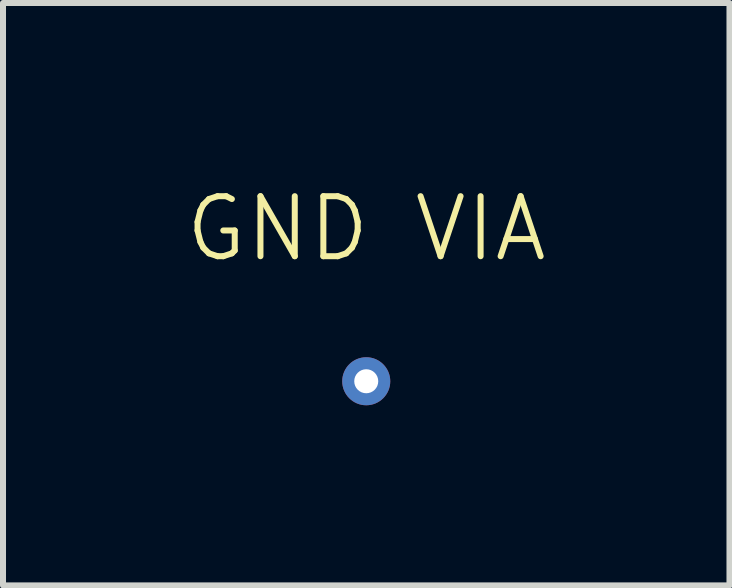
<source format=kicad_pcb>
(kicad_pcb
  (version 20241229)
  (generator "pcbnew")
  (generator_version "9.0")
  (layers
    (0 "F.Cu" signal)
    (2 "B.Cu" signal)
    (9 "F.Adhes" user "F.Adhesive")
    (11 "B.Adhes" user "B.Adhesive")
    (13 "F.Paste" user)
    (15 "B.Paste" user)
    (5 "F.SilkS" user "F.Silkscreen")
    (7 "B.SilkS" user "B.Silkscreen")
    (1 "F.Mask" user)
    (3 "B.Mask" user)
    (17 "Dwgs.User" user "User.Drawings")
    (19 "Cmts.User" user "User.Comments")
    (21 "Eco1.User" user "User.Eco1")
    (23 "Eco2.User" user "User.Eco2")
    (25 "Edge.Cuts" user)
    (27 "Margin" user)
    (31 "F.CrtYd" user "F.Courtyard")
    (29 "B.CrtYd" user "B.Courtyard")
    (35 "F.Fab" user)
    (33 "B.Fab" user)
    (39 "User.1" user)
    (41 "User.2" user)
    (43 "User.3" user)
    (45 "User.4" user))
  (footprint "GND VIA"
    (layer "F.Cu")
    (at 3.05 3.3)
    (property "Reference" "GND VIA" (at 0 -2.54 0) (unlocked yes) (layer "F.SilkS") (effects (font (size 1 1) (thickness 0.1))))
    (attr through_hole)
    (pad "1" thru_hole circle (at 0 0) (size 0.8 0.8) (drill 0.4) (layers "*.Cu")))
  (gr_rect
    (start -3 -3)
    (end 9.1 6.7)
    (stroke (width 0.1) (type default))
    (fill no)
    (layer "Edge.Cuts")))
</source>
